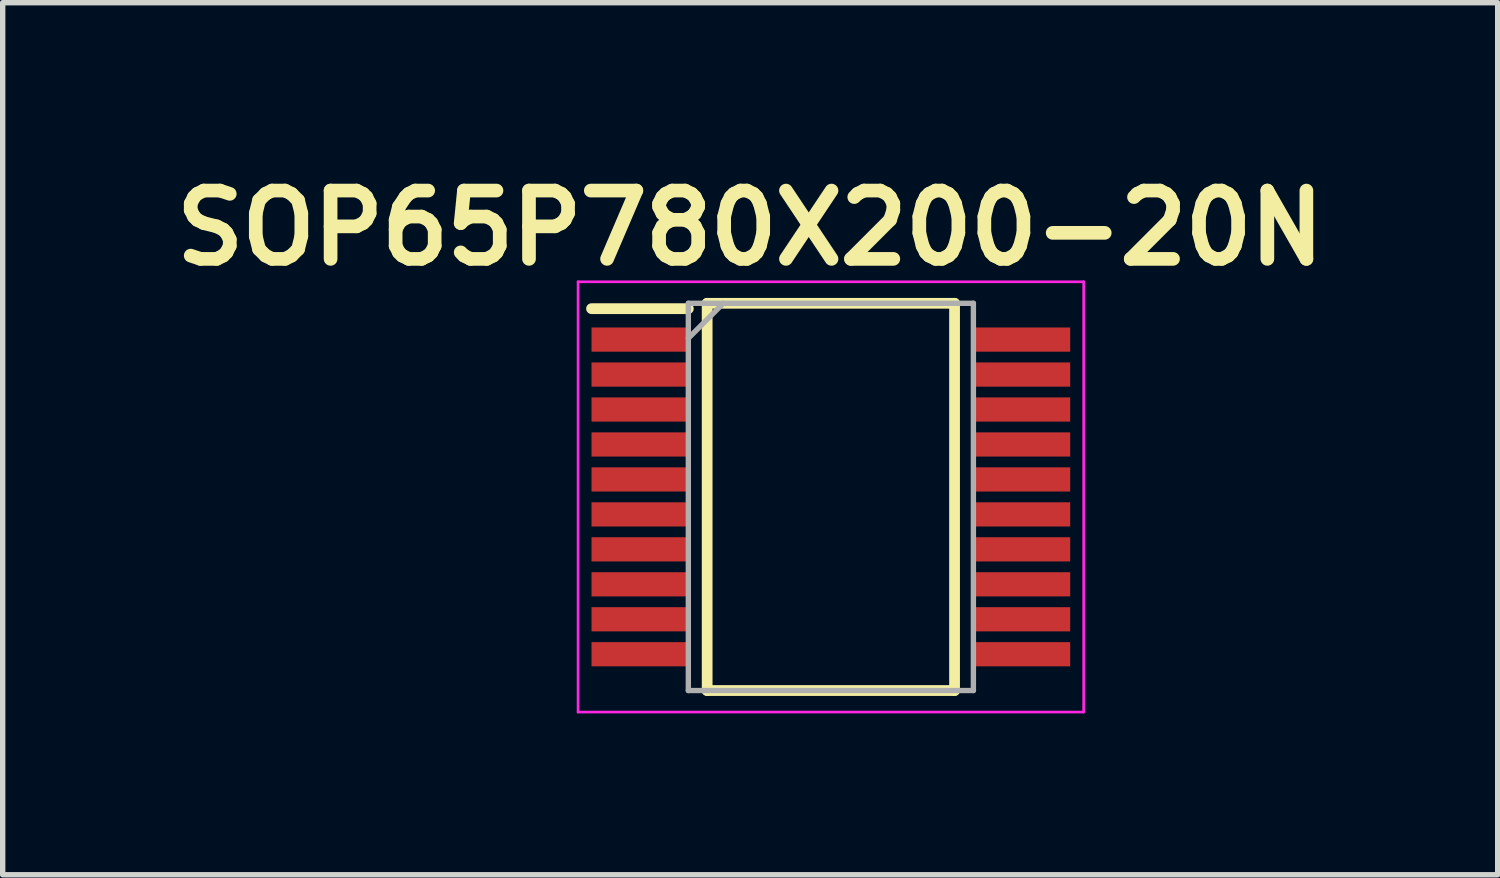
<source format=kicad_pcb>
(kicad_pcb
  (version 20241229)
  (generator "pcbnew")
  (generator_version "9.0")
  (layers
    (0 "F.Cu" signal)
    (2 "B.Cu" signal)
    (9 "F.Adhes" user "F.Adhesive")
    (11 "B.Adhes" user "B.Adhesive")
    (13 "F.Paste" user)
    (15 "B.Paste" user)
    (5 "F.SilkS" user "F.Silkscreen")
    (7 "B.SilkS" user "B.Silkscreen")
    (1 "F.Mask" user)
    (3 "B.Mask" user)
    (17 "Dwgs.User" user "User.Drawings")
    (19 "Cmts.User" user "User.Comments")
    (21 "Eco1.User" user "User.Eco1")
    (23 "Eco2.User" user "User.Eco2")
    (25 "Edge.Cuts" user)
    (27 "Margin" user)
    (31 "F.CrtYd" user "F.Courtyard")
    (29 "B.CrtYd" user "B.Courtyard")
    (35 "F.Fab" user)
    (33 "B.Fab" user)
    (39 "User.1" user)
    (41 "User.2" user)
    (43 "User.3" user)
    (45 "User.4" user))
  (footprint "SOP65P780X200-20N"
    (layer "F.Cu")
    (at 12.398 6.189)
    (property "Reference" "SOP65P780X200-20N" (at -1.5 -5 0) (layer "F.SilkS") (effects (font (size 1.27 1.27) (thickness 0.254))))
    (attr smd)
    (fp_line (start -4.45 -3.5) (end -2.65 -3.5) (stroke (width 0.2) (type solid)) (layer "F.SilkS"))
    (fp_line (start -2.3 -3.6) (end 2.3 -3.6) (stroke (width 0.2) (type solid)) (layer "F.SilkS"))
    (fp_line (start -2.3 3.6) (end -2.3 -3.6) (stroke (width 0.2) (type solid)) (layer "F.SilkS"))
    (fp_line (start 2.3 -3.6) (end 2.3 3.6) (stroke (width 0.2) (type solid)) (layer "F.SilkS"))
    (fp_line (start 2.3 3.6) (end -2.3 3.6) (stroke (width 0.2) (type solid)) (layer "F.SilkS"))
    (fp_line (start -4.7 -4) (end 4.7 -4) (stroke (width 0.05) (type solid)) (layer "F.CrtYd"))
    (fp_line (start -4.7 4) (end -4.7 -4) (stroke (width 0.05) (type solid)) (layer "F.CrtYd"))
    (fp_line (start 4.7 -4) (end 4.7 4) (stroke (width 0.05) (type solid)) (layer "F.CrtYd"))
    (fp_line (start 4.7 4) (end -4.7 4) (stroke (width 0.05) (type solid)) (layer "F.CrtYd"))
    (fp_line (start -2.65 -3.6) (end 2.65 -3.6) (stroke (width 0.1) (type solid)) (layer "F.Fab"))
    (fp_line (start -2.65 -2.95) (end -2 -3.6) (stroke (width 0.1) (type solid)) (layer "F.Fab"))
    (fp_line (start -2.65 3.6) (end -2.65 -3.6) (stroke (width 0.1) (type solid)) (layer "F.Fab"))
    (fp_line (start 2.65 -3.6) (end 2.65 3.6) (stroke (width 0.1) (type solid)) (layer "F.Fab"))
    (fp_line (start 2.65 3.6) (end -2.65 3.6) (stroke (width 0.1) (type solid)) (layer "F.Fab"))
    (pad "1" smd rect (at -3.55 -2.925 90) (size 0.45 1.8) (layers "F.Cu" "F.Mask" "F.Paste"))
    (pad "2" smd rect (at -3.55 -2.275 90) (size 0.45 1.8) (layers "F.Cu" "F.Mask" "F.Paste"))
    (pad "3" smd rect (at -3.55 -1.625 90) (size 0.45 1.8) (layers "F.Cu" "F.Mask" "F.Paste"))
    (pad "4" smd rect (at -3.55 -0.975 90) (size 0.45 1.8) (layers "F.Cu" "F.Mask" "F.Paste"))
    (pad "5" smd rect (at -3.55 -0.325 90) (size 0.45 1.8) (layers "F.Cu" "F.Mask" "F.Paste"))
    (pad "6" smd rect (at -3.55 0.325 90) (size 0.45 1.8) (layers "F.Cu" "F.Mask" "F.Paste"))
    (pad "7" smd rect (at -3.55 0.975 90) (size 0.45 1.8) (layers "F.Cu" "F.Mask" "F.Paste"))
    (pad "8" smd rect (at -3.55 1.625 90) (size 0.45 1.8) (layers "F.Cu" "F.Mask" "F.Paste"))
    (pad "9" smd rect (at -3.55 2.275 90) (size 0.45 1.8) (layers "F.Cu" "F.Mask" "F.Paste"))
    (pad "10" smd rect (at -3.55 2.925 90) (size 0.45 1.8) (layers "F.Cu" "F.Mask" "F.Paste"))
    (pad "11" smd rect (at 3.55 2.925 90) (size 0.45 1.8) (layers "F.Cu" "F.Mask" "F.Paste"))
    (pad "12" smd rect (at 3.55 2.275 90) (size 0.45 1.8) (layers "F.Cu" "F.Mask" "F.Paste"))
    (pad "13" smd rect (at 3.55 1.625 90) (size 0.45 1.8) (layers "F.Cu" "F.Mask" "F.Paste"))
    (pad "14" smd rect (at 3.55 0.975 90) (size 0.45 1.8) (layers "F.Cu" "F.Mask" "F.Paste"))
    (pad "15" smd rect (at 3.55 0.325 90) (size 0.45 1.8) (layers "F.Cu" "F.Mask" "F.Paste"))
    (pad "16" smd rect (at 3.55 -0.325 90) (size 0.45 1.8) (layers "F.Cu" "F.Mask" "F.Paste"))
    (pad "17" smd rect (at 3.55 -0.975 90) (size 0.45 1.8) (layers "F.Cu" "F.Mask" "F.Paste"))
    (pad "18" smd rect (at 3.55 -1.625 90) (size 0.45 1.8) (layers "F.Cu" "F.Mask" "F.Paste"))
    (pad "19" smd rect (at 3.55 -2.275 90) (size 0.45 1.8) (layers "F.Cu" "F.Mask" "F.Paste"))
    (pad "20" smd rect (at 3.55 -2.925 90) (size 0.45 1.8) (layers "F.Cu" "F.Mask" "F.Paste")))
  (gr_rect
    (start -3 -3)
    (end 24.796 13.214)
    (stroke (width 0.1) (type default))
    (fill no)
    (layer "Edge.Cuts")))
</source>
